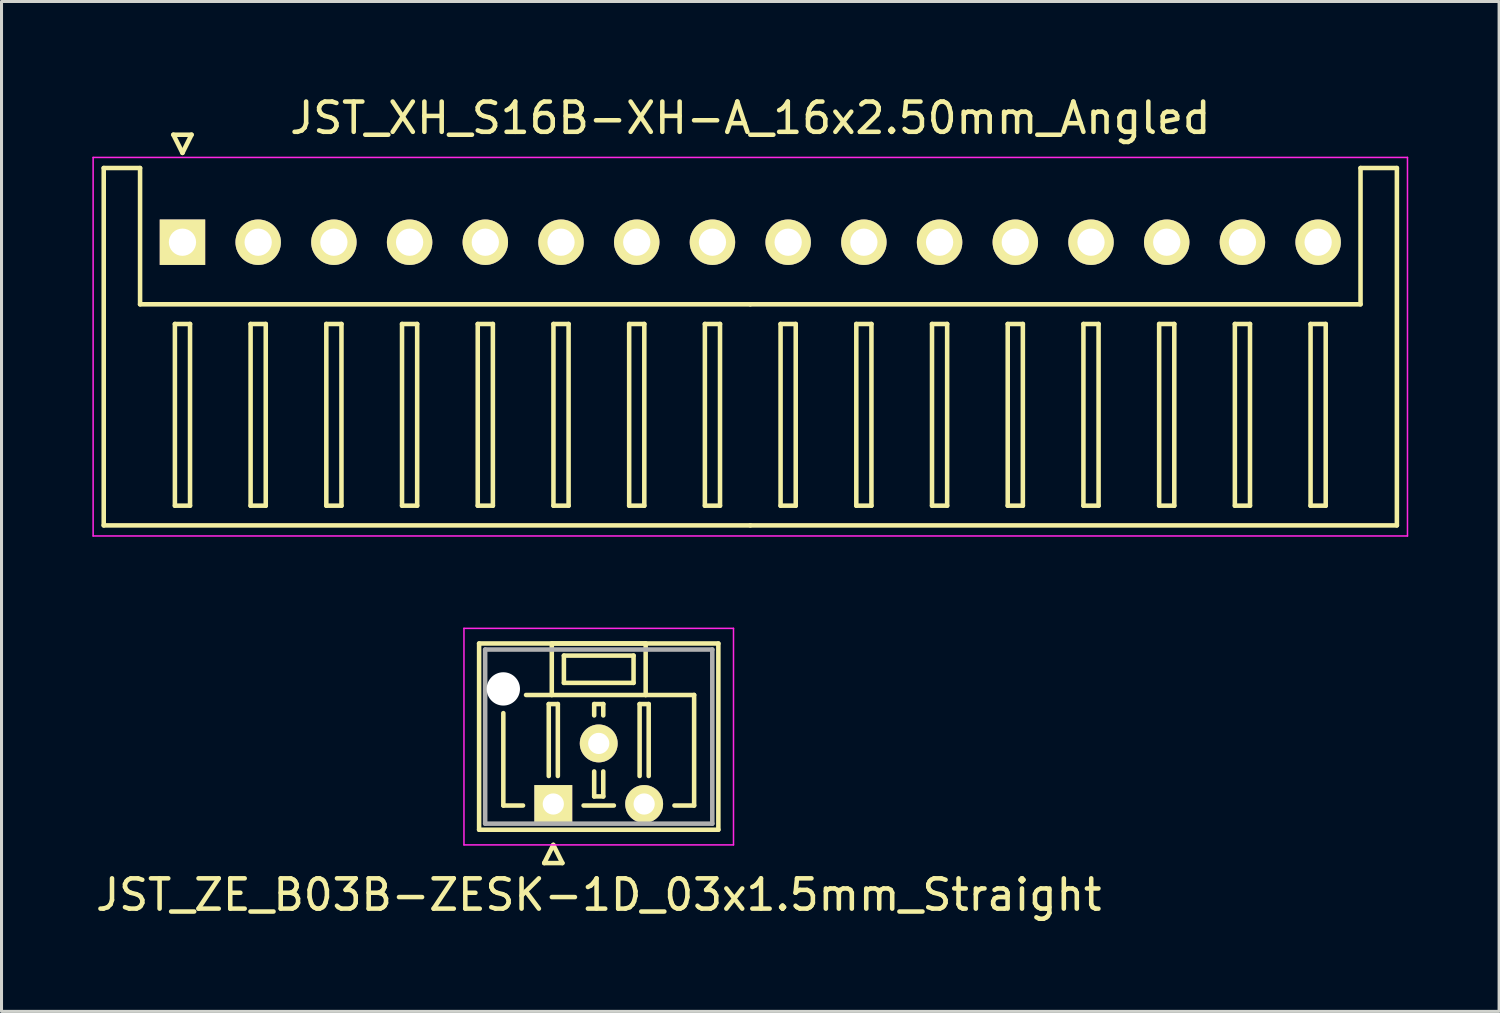
<source format=kicad_pcb>
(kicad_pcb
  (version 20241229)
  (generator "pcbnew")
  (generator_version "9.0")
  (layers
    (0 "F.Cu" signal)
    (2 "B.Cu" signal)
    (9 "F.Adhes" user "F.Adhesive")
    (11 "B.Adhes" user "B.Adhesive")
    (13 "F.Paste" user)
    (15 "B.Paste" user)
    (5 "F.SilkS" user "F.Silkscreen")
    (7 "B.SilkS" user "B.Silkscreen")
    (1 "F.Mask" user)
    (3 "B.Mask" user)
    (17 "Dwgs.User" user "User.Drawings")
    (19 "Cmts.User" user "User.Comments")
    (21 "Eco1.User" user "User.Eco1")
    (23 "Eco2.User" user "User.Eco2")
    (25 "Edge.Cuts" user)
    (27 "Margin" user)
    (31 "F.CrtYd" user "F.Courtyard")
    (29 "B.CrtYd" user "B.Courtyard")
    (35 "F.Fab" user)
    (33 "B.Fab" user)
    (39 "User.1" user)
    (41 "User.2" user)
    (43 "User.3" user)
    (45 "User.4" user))
  (footprint "JST_ZE_B03B-ZESK-1D_03x1.5mm_Straight"
    (layer "F.Cu")
    (at 15.22 23.498)
    (property "Reference" "JST_ZE_B03B-ZESK-1D_03x1.5mm_Straight" (at 1.5 3 0) (layer "F.SilkS") (effects (font (size 1 1) (thickness 0.15))))
    (attr through_hole)
    (fp_line (start -2.45 -5.3) (end -2.45 0.85) (stroke (width 0.15) (type solid)) (layer "F.SilkS"))
    (fp_line (start -2.45 0.85) (end 5.45 0.85) (stroke (width 0.15) (type solid)) (layer "F.SilkS"))
    (fp_line (start -1.65 -3) (end -1.65 0.05) (stroke (width 0.15) (type solid)) (layer "F.SilkS"))
    (fp_line (start -1.65 0.05) (end -1 0.05) (stroke (width 0.15) (type solid)) (layer "F.SilkS"))
    (fp_line (start -0.3 1.95) (end 0 1.35) (stroke (width 0.15) (type solid)) (layer "F.SilkS"))
    (fp_line (start -0.15 -3.3) (end 0.15 -3.3) (stroke (width 0.15) (type solid)) (layer "F.SilkS"))
    (fp_line (start -0.15 -0.925) (end -0.15 -3.3) (stroke (width 0.15) (type solid)) (layer "F.SilkS"))
    (fp_line (start -0.05 -5.3) (end -0.05 -3.6) (stroke (width 0.15) (type solid)) (layer "F.SilkS"))
    (fp_line (start -0.05 -3.6) (end -0.9 -3.6) (stroke (width 0.15) (type solid)) (layer "F.SilkS"))
    (fp_line (start -0.05 -3.6) (end 3.05 -3.6) (stroke (width 0.15) (type solid)) (layer "F.SilkS"))
    (fp_line (start 0 1.35) (end 0.3 1.95) (stroke (width 0.15) (type solid)) (layer "F.SilkS"))
    (fp_line (start 0.15 -3.3) (end 0.15 -0.925) (stroke (width 0.15) (type solid)) (layer "F.SilkS"))
    (fp_line (start 0.3 1.95) (end -0.3 1.95) (stroke (width 0.15) (type solid)) (layer "F.SilkS"))
    (fp_line (start 0.35 -4.9) (end 0.35 -4) (stroke (width 0.15) (type solid)) (layer "F.SilkS"))
    (fp_line (start 0.35 -4) (end 2.65 -4) (stroke (width 0.15) (type solid)) (layer "F.SilkS"))
    (fp_line (start 1 0.05) (end 2 0.05) (stroke (width 0.15) (type solid)) (layer "F.SilkS"))
    (fp_line (start 1.35 -3.3) (end 1.65 -3.3) (stroke (width 0.15) (type solid)) (layer "F.SilkS"))
    (fp_line (start 1.35 -2.925) (end 1.35 -3.3) (stroke (width 0.15) (type solid)) (layer "F.SilkS"))
    (fp_line (start 1.35 -1.075) (end 1.35 -0.25) (stroke (width 0.15) (type solid)) (layer "F.SilkS"))
    (fp_line (start 1.35 -0.25) (end 1.65 -0.25) (stroke (width 0.15) (type solid)) (layer "F.SilkS"))
    (fp_line (start 1.65 -3.3) (end 1.65 -2.925) (stroke (width 0.15) (type solid)) (layer "F.SilkS"))
    (fp_line (start 1.65 -0.25) (end 1.65 -1.075) (stroke (width 0.15) (type solid)) (layer "F.SilkS"))
    (fp_line (start 2.65 -4.9) (end 0.35 -4.9) (stroke (width 0.15) (type solid)) (layer "F.SilkS"))
    (fp_line (start 2.65 -4) (end 2.65 -4.9) (stroke (width 0.15) (type solid)) (layer "F.SilkS"))
    (fp_line (start 2.85 -3.3) (end 3.15 -3.3) (stroke (width 0.15) (type solid)) (layer "F.SilkS"))
    (fp_line (start 2.85 -0.925) (end 2.85 -3.3) (stroke (width 0.15) (type solid)) (layer "F.SilkS"))
    (fp_line (start 3.05 -5.3) (end -0.05 -5.3) (stroke (width 0.15) (type solid)) (layer "F.SilkS"))
    (fp_line (start 3.05 -3.6) (end 3.05 -5.3) (stroke (width 0.15) (type solid)) (layer "F.SilkS"))
    (fp_line (start 3.05 -3.6) (end 4.65 -3.6) (stroke (width 0.15) (type solid)) (layer "F.SilkS"))
    (fp_line (start 3.15 -3.3) (end 3.15 -0.925) (stroke (width 0.15) (type solid)) (layer "F.SilkS"))
    (fp_line (start 4.65 -3.6) (end 4.65 0.05) (stroke (width 0.15) (type solid)) (layer "F.SilkS"))
    (fp_line (start 4.65 0.05) (end 4 0.05) (stroke (width 0.15) (type solid)) (layer "F.SilkS"))
    (fp_line (start 5.45 -5.3) (end -2.45 -5.3) (stroke (width 0.15) (type solid)) (layer "F.SilkS"))
    (fp_line (start 5.45 0.85) (end 5.45 -5.3) (stroke (width 0.15) (type solid)) (layer "F.SilkS"))
    (fp_line (start -2.95 -5.8) (end -2.95 1.35) (stroke (width 0.05) (type solid)) (layer "F.CrtYd"))
    (fp_line (start -2.95 1.35) (end 5.95 1.35) (stroke (width 0.05) (type solid)) (layer "F.CrtYd"))
    (fp_line (start 5.95 -5.8) (end -2.95 -5.8) (stroke (width 0.05) (type solid)) (layer "F.CrtYd"))
    (fp_line (start 5.95 1.35) (end 5.95 -5.8) (stroke (width 0.05) (type solid)) (layer "F.CrtYd"))
    (fp_line (start -2.25 -5.1) (end -2.25 0.65) (stroke (width 0.15) (type solid)) (layer "F.Fab"))
    (fp_line (start -2.25 0.65) (end 5.25 0.65) (stroke (width 0.15) (type solid)) (layer "F.Fab"))
    (fp_line (start 5.25 -5.1) (end -2.25 -5.1) (stroke (width 0.15) (type solid)) (layer "F.Fab"))
    (fp_line (start 5.25 0.65) (end 5.25 -5.1) (stroke (width 0.15) (type solid)) (layer "F.Fab"))
    (pad "" np_thru_hole circle (at -1.65 -3.8) (size 1.1 1.1) (drill 1.1) (layers "*.Cu"))
    (pad "1" thru_hole rect (at 0 0) (size 1.25 1.25) (drill 0.7) (layers "*.Cu" "*.Mask" "F.SilkS"))
    (pad "2" thru_hole circle (at 1.5 -2) (size 1.25 1.25) (drill 0.7) (layers "*.Cu" "*.Mask" "F.SilkS"))
    (pad "3" thru_hole circle (at 3 0) (size 1.25 1.25) (drill 0.7) (layers "*.Cu" "*.Mask" "F.SilkS")))
  (footprint "JST_XH_S16B-XH-A_16x2.50mm_Angled"
    (layer "F.Cu")
    (at 2.975 4.948)
    (property "Reference" "JST_XH_S16B-XH-A_16x2.50mm_Angled" (at 18.75 -4.1 0) (layer "F.SilkS") (effects (font (size 1 1) (thickness 0.15))))
    (attr through_hole)
    (fp_line (start -2.6 -2.45) (end -1.4 -2.45) (stroke (width 0.15) (type solid)) (layer "F.SilkS"))
    (fp_line (start -2.6 9.35) (end -2.6 -2.45) (stroke (width 0.15) (type solid)) (layer "F.SilkS"))
    (fp_line (start -1.4 -2.45) (end -1.4 2.05) (stroke (width 0.15) (type solid)) (layer "F.SilkS"))
    (fp_line (start -1.4 2.05) (end 18.75 2.05) (stroke (width 0.15) (type solid)) (layer "F.SilkS"))
    (fp_line (start -0.3 -3.55) (end 0.3 -3.55) (stroke (width 0.15) (type solid)) (layer "F.SilkS"))
    (fp_line (start -0.25 2.7) (end -0.25 8.7) (stroke (width 0.15) (type solid)) (layer "F.SilkS"))
    (fp_line (start -0.25 8.7) (end 0.25 8.7) (stroke (width 0.15) (type solid)) (layer "F.SilkS"))
    (fp_line (start 0 -2.95) (end -0.3 -3.55) (stroke (width 0.15) (type solid)) (layer "F.SilkS"))
    (fp_line (start 0.25 2.7) (end -0.25 2.7) (stroke (width 0.15) (type solid)) (layer "F.SilkS"))
    (fp_line (start 0.25 8.7) (end 0.25 2.7) (stroke (width 0.15) (type solid)) (layer "F.SilkS"))
    (fp_line (start 0.3 -3.55) (end 0 -2.95) (stroke (width 0.15) (type solid)) (layer "F.SilkS"))
    (fp_line (start 2.25 2.7) (end 2.25 8.7) (stroke (width 0.15) (type solid)) (layer "F.SilkS"))
    (fp_line (start 2.25 8.7) (end 2.75 8.7) (stroke (width 0.15) (type solid)) (layer "F.SilkS"))
    (fp_line (start 2.75 2.7) (end 2.25 2.7) (stroke (width 0.15) (type solid)) (layer "F.SilkS"))
    (fp_line (start 2.75 8.7) (end 2.75 2.7) (stroke (width 0.15) (type solid)) (layer "F.SilkS"))
    (fp_line (start 4.75 2.7) (end 4.75 8.7) (stroke (width 0.15) (type solid)) (layer "F.SilkS"))
    (fp_line (start 4.75 8.7) (end 5.25 8.7) (stroke (width 0.15) (type solid)) (layer "F.SilkS"))
    (fp_line (start 5.25 2.7) (end 4.75 2.7) (stroke (width 0.15) (type solid)) (layer "F.SilkS"))
    (fp_line (start 5.25 8.7) (end 5.25 2.7) (stroke (width 0.15) (type solid)) (layer "F.SilkS"))
    (fp_line (start 7.25 2.7) (end 7.25 8.7) (stroke (width 0.15) (type solid)) (layer "F.SilkS"))
    (fp_line (start 7.25 8.7) (end 7.75 8.7) (stroke (width 0.15) (type solid)) (layer "F.SilkS"))
    (fp_line (start 7.75 2.7) (end 7.25 2.7) (stroke (width 0.15) (type solid)) (layer "F.SilkS"))
    (fp_line (start 7.75 8.7) (end 7.75 2.7) (stroke (width 0.15) (type solid)) (layer "F.SilkS"))
    (fp_line (start 9.75 2.7) (end 9.75 8.7) (stroke (width 0.15) (type solid)) (layer "F.SilkS"))
    (fp_line (start 9.75 8.7) (end 10.25 8.7) (stroke (width 0.15) (type solid)) (layer "F.SilkS"))
    (fp_line (start 10.25 2.7) (end 9.75 2.7) (stroke (width 0.15) (type solid)) (layer "F.SilkS"))
    (fp_line (start 10.25 8.7) (end 10.25 2.7) (stroke (width 0.15) (type solid)) (layer "F.SilkS"))
    (fp_line (start 12.25 2.7) (end 12.25 8.7) (stroke (width 0.15) (type solid)) (layer "F.SilkS"))
    (fp_line (start 12.25 8.7) (end 12.75 8.7) (stroke (width 0.15) (type solid)) (layer "F.SilkS"))
    (fp_line (start 12.75 2.7) (end 12.25 2.7) (stroke (width 0.15) (type solid)) (layer "F.SilkS"))
    (fp_line (start 12.75 8.7) (end 12.75 2.7) (stroke (width 0.15) (type solid)) (layer "F.SilkS"))
    (fp_line (start 14.75 2.7) (end 14.75 8.7) (stroke (width 0.15) (type solid)) (layer "F.SilkS"))
    (fp_line (start 14.75 8.7) (end 15.25 8.7) (stroke (width 0.15) (type solid)) (layer "F.SilkS"))
    (fp_line (start 15.25 2.7) (end 14.75 2.7) (stroke (width 0.15) (type solid)) (layer "F.SilkS"))
    (fp_line (start 15.25 8.7) (end 15.25 2.7) (stroke (width 0.15) (type solid)) (layer "F.SilkS"))
    (fp_line (start 17.25 2.7) (end 17.25 8.7) (stroke (width 0.15) (type solid)) (layer "F.SilkS"))
    (fp_line (start 17.25 8.7) (end 17.75 8.7) (stroke (width 0.15) (type solid)) (layer "F.SilkS"))
    (fp_line (start 17.75 2.7) (end 17.25 2.7) (stroke (width 0.15) (type solid)) (layer "F.SilkS"))
    (fp_line (start 17.75 8.7) (end 17.75 2.7) (stroke (width 0.15) (type solid)) (layer "F.SilkS"))
    (fp_line (start 18.75 9.35) (end -2.6 9.35) (stroke (width 0.15) (type solid)) (layer "F.SilkS"))
    (fp_line (start 18.75 9.35) (end 40.1 9.35) (stroke (width 0.15) (type solid)) (layer "F.SilkS"))
    (fp_line (start 19.75 2.7) (end 19.75 8.7) (stroke (width 0.15) (type solid)) (layer "F.SilkS"))
    (fp_line (start 19.75 8.7) (end 20.25 8.7) (stroke (width 0.15) (type solid)) (layer "F.SilkS"))
    (fp_line (start 20.25 2.7) (end 19.75 2.7) (stroke (width 0.15) (type solid)) (layer "F.SilkS"))
    (fp_line (start 20.25 8.7) (end 20.25 2.7) (stroke (width 0.15) (type solid)) (layer "F.SilkS"))
    (fp_line (start 22.25 2.7) (end 22.25 8.7) (stroke (width 0.15) (type solid)) (layer "F.SilkS"))
    (fp_line (start 22.25 8.7) (end 22.75 8.7) (stroke (width 0.15) (type solid)) (layer "F.SilkS"))
    (fp_line (start 22.75 2.7) (end 22.25 2.7) (stroke (width 0.15) (type solid)) (layer "F.SilkS"))
    (fp_line (start 22.75 8.7) (end 22.75 2.7) (stroke (width 0.15) (type solid)) (layer "F.SilkS"))
    (fp_line (start 24.75 2.7) (end 24.75 8.7) (stroke (width 0.15) (type solid)) (layer "F.SilkS"))
    (fp_line (start 24.75 8.7) (end 25.25 8.7) (stroke (width 0.15) (type solid)) (layer "F.SilkS"))
    (fp_line (start 25.25 2.7) (end 24.75 2.7) (stroke (width 0.15) (type solid)) (layer "F.SilkS"))
    (fp_line (start 25.25 8.7) (end 25.25 2.7) (stroke (width 0.15) (type solid)) (layer "F.SilkS"))
    (fp_line (start 27.25 2.7) (end 27.25 8.7) (stroke (width 0.15) (type solid)) (layer "F.SilkS"))
    (fp_line (start 27.25 8.7) (end 27.75 8.7) (stroke (width 0.15) (type solid)) (layer "F.SilkS"))
    (fp_line (start 27.75 2.7) (end 27.25 2.7) (stroke (width 0.15) (type solid)) (layer "F.SilkS"))
    (fp_line (start 27.75 8.7) (end 27.75 2.7) (stroke (width 0.15) (type solid)) (layer "F.SilkS"))
    (fp_line (start 29.75 2.7) (end 29.75 8.7) (stroke (width 0.15) (type solid)) (layer "F.SilkS"))
    (fp_line (start 29.75 8.7) (end 30.25 8.7) (stroke (width 0.15) (type solid)) (layer "F.SilkS"))
    (fp_line (start 30.25 2.7) (end 29.75 2.7) (stroke (width 0.15) (type solid)) (layer "F.SilkS"))
    (fp_line (start 30.25 8.7) (end 30.25 2.7) (stroke (width 0.15) (type solid)) (layer "F.SilkS"))
    (fp_line (start 32.25 2.7) (end 32.25 8.7) (stroke (width 0.15) (type solid)) (layer "F.SilkS"))
    (fp_line (start 32.25 8.7) (end 32.75 8.7) (stroke (width 0.15) (type solid)) (layer "F.SilkS"))
    (fp_line (start 32.75 2.7) (end 32.25 2.7) (stroke (width 0.15) (type solid)) (layer "F.SilkS"))
    (fp_line (start 32.75 8.7) (end 32.75 2.7) (stroke (width 0.15) (type solid)) (layer "F.SilkS"))
    (fp_line (start 34.75 2.7) (end 34.75 8.7) (stroke (width 0.15) (type solid)) (layer "F.SilkS"))
    (fp_line (start 34.75 8.7) (end 35.25 8.7) (stroke (width 0.15) (type solid)) (layer "F.SilkS"))
    (fp_line (start 35.25 2.7) (end 34.75 2.7) (stroke (width 0.15) (type solid)) (layer "F.SilkS"))
    (fp_line (start 35.25 8.7) (end 35.25 2.7) (stroke (width 0.15) (type solid)) (layer "F.SilkS"))
    (fp_line (start 37.25 2.7) (end 37.25 8.7) (stroke (width 0.15) (type solid)) (layer "F.SilkS"))
    (fp_line (start 37.25 8.7) (end 37.75 8.7) (stroke (width 0.15) (type solid)) (layer "F.SilkS"))
    (fp_line (start 37.75 2.7) (end 37.25 2.7) (stroke (width 0.15) (type solid)) (layer "F.SilkS"))
    (fp_line (start 37.75 8.7) (end 37.75 2.7) (stroke (width 0.15) (type solid)) (layer "F.SilkS"))
    (fp_line (start 38.9 -2.45) (end 38.9 2.05) (stroke (width 0.15) (type solid)) (layer "F.SilkS"))
    (fp_line (start 38.9 2.05) (end 18.75 2.05) (stroke (width 0.15) (type solid)) (layer "F.SilkS"))
    (fp_line (start 40.1 -2.45) (end 38.9 -2.45) (stroke (width 0.15) (type solid)) (layer "F.SilkS"))
    (fp_line (start 40.1 9.35) (end 40.1 -2.45) (stroke (width 0.15) (type solid)) (layer "F.SilkS"))
    (fp_line (start -2.95 -2.8) (end -2.95 9.7) (stroke (width 0.05) (type solid)) (layer "F.CrtYd"))
    (fp_line (start -2.95 9.7) (end 40.45 9.7) (stroke (width 0.05) (type solid)) (layer "F.CrtYd"))
    (fp_line (start 40.45 -2.8) (end -2.95 -2.8) (stroke (width 0.05) (type solid)) (layer "F.CrtYd"))
    (fp_line (start 40.45 9.7) (end 40.45 -2.8) (stroke (width 0.05) (type solid)) (layer "F.CrtYd"))
    (pad "1" thru_hole rect (at 0 0) (size 1.5 1.5) (drill 0.9) (layers "*.Cu" "*.Mask" "F.SilkS"))
    (pad "2" thru_hole circle (at 2.5 0) (size 1.5 1.5) (drill 0.9) (layers "*.Cu" "*.Mask" "F.SilkS"))
    (pad "3" thru_hole circle (at 5 0) (size 1.5 1.5) (drill 0.9) (layers "*.Cu" "*.Mask" "F.SilkS"))
    (pad "4" thru_hole circle (at 7.5 0) (size 1.5 1.5) (drill 0.9) (layers "*.Cu" "*.Mask" "F.SilkS"))
    (pad "5" thru_hole circle (at 10 0) (size 1.5 1.5) (drill 0.9) (layers "*.Cu" "*.Mask" "F.SilkS"))
    (pad "6" thru_hole circle (at 12.5 0) (size 1.5 1.5) (drill 0.9) (layers "*.Cu" "*.Mask" "F.SilkS"))
    (pad "7" thru_hole circle (at 15 0) (size 1.5 1.5) (drill 0.9) (layers "*.Cu" "*.Mask" "F.SilkS"))
    (pad "8" thru_hole circle (at 17.5 0) (size 1.5 1.5) (drill 0.9) (layers "*.Cu" "*.Mask" "F.SilkS"))
    (pad "9" thru_hole circle (at 20 0) (size 1.5 1.5) (drill 0.9) (layers "*.Cu" "*.Mask" "F.SilkS"))
    (pad "10" thru_hole circle (at 22.5 0) (size 1.5 1.5) (drill 0.9) (layers "*.Cu" "*.Mask" "F.SilkS"))
    (pad "11" thru_hole circle (at 25 0) (size 1.5 1.5) (drill 0.9) (layers "*.Cu" "*.Mask" "F.SilkS"))
    (pad "12" thru_hole circle (at 27.5 0) (size 1.5 1.5) (drill 0.9) (layers "*.Cu" "*.Mask" "F.SilkS"))
    (pad "13" thru_hole circle (at 30 0) (size 1.5 1.5) (drill 0.9) (layers "*.Cu" "*.Mask" "F.SilkS"))
    (pad "14" thru_hole circle (at 32.5 0) (size 1.5 1.5) (drill 0.9) (layers "*.Cu" "*.Mask" "F.SilkS"))
    (pad "15" thru_hole circle (at 35 0) (size 1.5 1.5) (drill 0.9) (layers "*.Cu" "*.Mask" "F.SilkS"))
    (pad "16" thru_hole circle (at 37.5 0) (size 1.5 1.5) (drill 0.9) (layers "*.Cu" "*.Mask" "F.SilkS")))
  (gr_rect
    (start -3 -3)
    (end 46.45 30.346)
    (stroke (width 0.1) (type default))
    (fill no)
    (layer "Edge.Cuts")))
</source>
